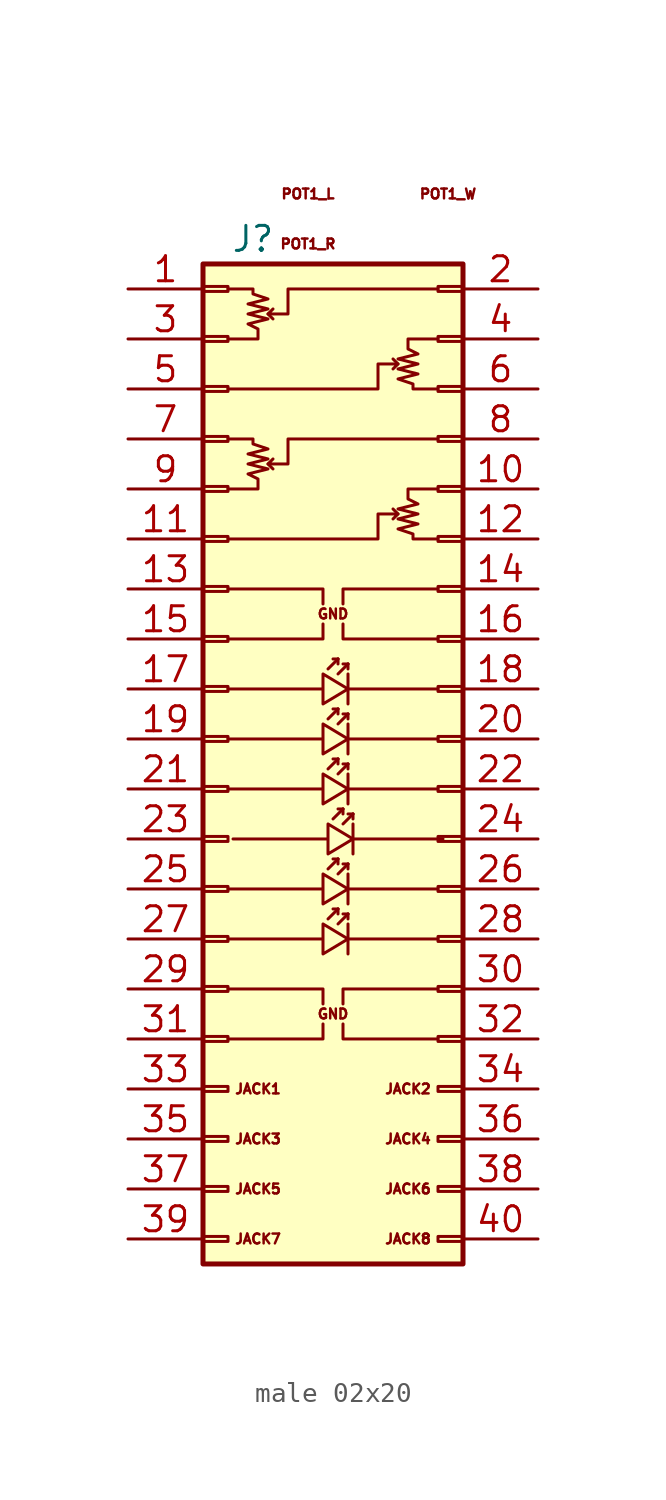
<source format=kicad_sym>
(kicad_symbol_lib
  (version 20220914)
  (generator kicad_symbol_editor)
  (symbol "male 02x20"
    (pin_names
      (offset 1.016) hide)
    (property "Reference" "J"
      (at 1.27 25.4 0)
      (effects (font (size 1.27 1.27))))
    (symbol "male 02x20_0_1"
      (polyline (pts (xy 2.032 13.97) (xy 2.286 13.716)) (stroke (width 0) (type default)) (fill (type none)))
      (polyline (pts (xy 2.032 21.59) (xy 2.286 21.336)) (stroke (width 0) (type default)) (fill (type none)))
      (polyline (pts (xy 5.08 -9.144) (xy 5.588 -8.636)) (stroke (width 0) (type default)) (fill (type none)))
      (polyline (pts (xy 5.08 -6.604) (xy 5.588 -6.096)) (stroke (width 0) (type default)) (fill (type none)))
      (polyline (pts (xy 5.08 -1.524) (xy 5.588 -1.016)) (stroke (width 0) (type default)) (fill (type none)))
      (polyline (pts (xy 5.08 1.016) (xy 5.588 1.524)) (stroke (width 0) (type default)) (fill (type none)))
      (polyline (pts (xy 5.08 3.556) (xy 5.588 4.064)) (stroke (width 0) (type default)) (fill (type none)))
      (polyline (pts (xy 5.334 -4.064) (xy 5.842 -3.556)) (stroke (width 0) (type default)) (fill (type none)))
      (polyline (pts (xy 5.588 -9.398) (xy 6.096 -8.89)) (stroke (width 0) (type default)) (fill (type none)))
      (polyline (pts (xy 5.588 -8.636) (xy 5.334 -8.636)) (stroke (width 0) (type default)) (fill (type none)))
      (polyline (pts (xy 5.588 -8.636) (xy 5.588 -8.89)) (stroke (width 0) (type default)) (fill (type none)))
      (polyline (pts (xy 5.588 -6.858) (xy 6.096 -6.35)) (stroke (width 0) (type default)) (fill (type none)))
      (polyline (pts (xy 5.588 -6.096) (xy 5.334 -6.096)) (stroke (width 0) (type default)) (fill (type none)))
      (polyline (pts (xy 5.588 -6.096) (xy 5.588 -6.35)) (stroke (width 0) (type default)) (fill (type none)))
      (polyline (pts (xy 5.588 -1.778) (xy 6.096 -1.27)) (stroke (width 0) (type default)) (fill (type none)))
      (polyline (pts (xy 5.588 -1.016) (xy 5.334 -1.016)) (stroke (width 0) (type default)) (fill (type none)))
      (polyline (pts (xy 5.588 -1.016) (xy 5.588 -1.27)) (stroke (width 0) (type default)) (fill (type none)))
      (polyline (pts (xy 5.588 0.762) (xy 6.096 1.27)) (stroke (width 0) (type default)) (fill (type none)))
      (polyline (pts (xy 5.588 1.524) (xy 5.334 1.524)) (stroke (width 0) (type default)) (fill (type none)))
      (polyline (pts (xy 5.588 1.524) (xy 5.588 1.27)) (stroke (width 0) (type default)) (fill (type none)))
      (polyline (pts (xy 5.588 3.302) (xy 6.096 3.81)) (stroke (width 0) (type default)) (fill (type none)))
      (polyline (pts (xy 5.588 4.064) (xy 5.334 4.064)) (stroke (width 0) (type default)) (fill (type none)))
      (polyline (pts (xy 5.588 4.064) (xy 5.588 3.81)) (stroke (width 0) (type default)) (fill (type none)))
      (polyline (pts (xy 5.842 -4.318) (xy 6.35 -3.81)) (stroke (width 0) (type default)) (fill (type none)))
      (polyline (pts (xy 5.842 -3.556) (xy 5.588 -3.556)) (stroke (width 0) (type default)) (fill (type none)))
      (polyline (pts (xy 5.842 -3.556) (xy 5.842 -3.81)) (stroke (width 0) (type default)) (fill (type none)))
      (polyline (pts (xy 6.096 -8.89) (xy 5.842 -8.89)) (stroke (width 0) (type default)) (fill (type none)))
      (polyline (pts (xy 6.096 -8.89) (xy 6.096 -9.144)) (stroke (width 0) (type default)) (fill (type none)))
      (polyline (pts (xy 6.096 -6.35) (xy 5.842 -6.35)) (stroke (width 0) (type default)) (fill (type none)))
      (polyline (pts (xy 6.096 -6.35) (xy 6.096 -6.604)) (stroke (width 0) (type default)) (fill (type none)))
      (polyline (pts (xy 6.096 -1.27) (xy 5.842 -1.27)) (stroke (width 0) (type default)) (fill (type none)))
      (polyline (pts (xy 6.096 -1.27) (xy 6.096 -1.524)) (stroke (width 0) (type default)) (fill (type none)))
      (polyline (pts (xy 6.096 1.27) (xy 5.842 1.27)) (stroke (width 0) (type default)) (fill (type none)))
      (polyline (pts (xy 6.096 1.27) (xy 6.096 1.016)) (stroke (width 0) (type default)) (fill (type none)))
      (polyline (pts (xy 6.096 3.81) (xy 5.842 3.81)) (stroke (width 0) (type default)) (fill (type none)))
      (polyline (pts (xy 6.096 3.81) (xy 6.096 3.556)) (stroke (width 0) (type default)) (fill (type none)))
      (polyline (pts (xy 6.35 -3.81) (xy 6.096 -3.81)) (stroke (width 0) (type default)) (fill (type none)))
      (polyline (pts (xy 6.35 -3.81) (xy 6.35 -4.064)) (stroke (width 0) (type default)) (fill (type none)))
      (polyline (pts (xy 8.636 11.43) (xy 8.382 11.684)) (stroke (width 0) (type default)) (fill (type none)))
      (polyline (pts (xy 8.636 19.05) (xy 8.382 19.304)) (stroke (width 0) (type default)) (fill (type none)))
      (polyline (pts (xy 4.826 -14.478) (xy 4.826 -15.24) (xy 0 -15.24)) (stroke (width 0) (type default)) (fill (type none)))
      (polyline (pts (xy 4.826 -13.462) (xy 4.826 -12.7) (xy 0 -12.7)) (stroke (width 0) (type default)) (fill (type none)))
      (polyline (pts (xy 4.826 5.842) (xy 4.826 5.08) (xy 0 5.08)) (stroke (width 0) (type default)) (fill (type none)))
      (polyline (pts (xy 4.826 6.858) (xy 4.826 7.62) (xy 0 7.62)) (stroke (width 0) (type default)) (fill (type none)))
      (polyline (pts (xy 5.842 -14.478) (xy 5.842 -15.24) (xy 10.668 -15.24)) (stroke (width 0) (type default)) (fill (type none)))
      (polyline (pts (xy 5.842 -13.462) (xy 5.842 -12.7) (xy 10.668 -12.7)) (stroke (width 0) (type default)) (fill (type none)))
      (polyline (pts (xy 5.842 5.842) (xy 5.842 5.08) (xy 10.668 5.08)) (stroke (width 0) (type default)) (fill (type none)))
      (polyline (pts (xy 5.842 6.858) (xy 5.842 7.62) (xy 10.668 7.62)) (stroke (width 0) (type default)) (fill (type none)))
      (polyline (pts (xy 10.668 -10.16) (xy 6.096 -10.16) (xy 6.096 -9.398) (xy 6.096 -10.922)) (stroke (width 0) (type default)) (fill (type none)))
      (polyline (pts (xy 10.668 -7.62) (xy 6.096 -7.62) (xy 6.096 -6.858) (xy 6.096 -8.382)) (stroke (width 0) (type default)) (fill (type none)))
      (polyline (pts (xy 10.668 -2.54) (xy 6.096 -2.54) (xy 6.096 -1.778) (xy 6.096 -3.302)) (stroke (width 0) (type default)) (fill (type none)))
      (polyline (pts (xy 10.668 0) (xy 6.096 0) (xy 6.096 0.762) (xy 6.096 -0.762)) (stroke (width 0) (type default)) (fill (type none)))
      (polyline (pts (xy 10.668 2.54) (xy 6.096 2.54) (xy 6.096 3.302) (xy 6.096 1.778)) (stroke (width 0) (type default)) (fill (type none)))
      (polyline (pts (xy 10.922 -5.08) (xy 6.35 -5.08) (xy 6.35 -4.318) (xy 6.35 -5.842)) (stroke (width 0) (type default)) (fill (type none)))
      (polyline (pts (xy 0 10.16) (xy 7.62 10.16) (xy 7.62 11.43) (xy 8.636 11.43) (xy 8.382 11.176)) (stroke (width 0) (type default)) (fill (type none)))
      (polyline (pts (xy 0 17.78) (xy 7.62 17.78) (xy 7.62 19.05) (xy 8.636 19.05) (xy 8.382 18.796)) (stroke (width 0) (type default)) (fill (type none)))
      (polyline (pts (xy 10.668 15.24) (xy 3.048 15.24) (xy 3.048 13.97) (xy 2.032 13.97) (xy 2.286 14.224)) (stroke (width 0) (type default)) (fill (type none)))
      (polyline (pts (xy 10.668 22.86) (xy 3.048 22.86) (xy 3.048 21.59) (xy 2.032 21.59) (xy 2.286 21.844)) (stroke (width 0) (type default)) (fill (type none)))
      (polyline (pts (xy 0 -10.16) (xy 4.826 -10.16) (xy 4.826 -9.398) (xy 6.096 -10.16) (xy 4.826 -10.922) (xy 4.826 -10.16)) (stroke (width 0) (type default)) (fill (type none)))
      (polyline (pts (xy 0 -7.62) (xy 4.826 -7.62) (xy 4.826 -6.858) (xy 6.096 -7.62) (xy 4.826 -8.382) (xy 4.826 -7.62)) (stroke (width 0) (type default)) (fill (type none)))
      (polyline (pts (xy 0 -2.54) (xy 4.826 -2.54) (xy 4.826 -1.778) (xy 6.096 -2.54) (xy 4.826 -3.302) (xy 4.826 -2.54)) (stroke (width 0) (type default)) (fill (type none)))
      (polyline (pts (xy 0 0) (xy 4.826 0) (xy 4.826 0.762) (xy 6.096 0) (xy 4.826 -0.762) (xy 4.826 0)) (stroke (width 0) (type default)) (fill (type none)))
      (polyline (pts (xy 0 2.54) (xy 4.826 2.54) (xy 4.826 3.302) (xy 6.096 2.54) (xy 4.826 1.778) (xy 4.826 2.54)) (stroke (width 0) (type default)) (fill (type none)))
      (polyline (pts (xy 0.254 -5.08) (xy 5.08 -5.08) (xy 5.08 -4.318) (xy 6.35 -5.08) (xy 5.08 -5.842) (xy 5.08 -5.08)) (stroke (width 0) (type default)) (fill (type none)))
      (polyline (pts (xy 0 12.7) (xy 1.524 12.7) (xy 1.524 13.208) (xy 1.016 13.462) (xy 2.032 13.716) (xy 1.016 13.97) (xy 2.032 14.224) (xy 1.016 14.478) (xy 2.032 14.732) (xy 1.27 14.986) (xy 1.27 15.24) (xy 0 15.24)) (stroke (width 0) (type default)) (fill (type none)))
      (polyline (pts (xy 0 20.32) (xy 1.524 20.32) (xy 1.524 20.828) (xy 1.016 21.082) (xy 2.032 21.336) (xy 1.016 21.59) (xy 2.032 21.844) (xy 1.016 22.098) (xy 2.032 22.352) (xy 1.27 22.606) (xy 1.27 22.86) (xy 0 22.86)) (stroke (width 0) (type default)) (fill (type none)))
      (polyline (pts (xy 10.668 12.7) (xy 9.144 12.7) (xy 9.144 12.192) (xy 9.652 11.938) (xy 8.636 11.684) (xy 9.652 11.43) (xy 8.636 11.176) (xy 9.652 10.922) (xy 8.636 10.668) (xy 9.398 10.414) (xy 9.398 10.16) (xy 10.668 10.16)) (stroke (width 0) (type default)) (fill (type none)))
      (polyline (pts (xy 10.668 20.32) (xy 9.144 20.32) (xy 9.144 19.812) (xy 9.652 19.558) (xy 8.636 19.304) (xy 9.652 19.05) (xy 8.636 18.796) (xy 9.652 18.542) (xy 8.636 18.288) (xy 9.398 18.034) (xy 9.398 17.78) (xy 10.668 17.78)) (stroke (width 0) (type default)) (fill (type none)))
      (text "GND" (at 5.334 -13.97 0) (effects (font (size 0.5 0.5))))
      (text "GND" (at 5.334 6.35 0) (effects (font (size 0.5 0.5))))
      (text "JACK1" (at 1.524 -17.78 0) (effects (font (size 0.5 0.5))))
      (text "JACK2" (at 9.144 -17.78 0) (effects (font (size 0.5 0.5))))
      (text "JACK3" (at 1.524 -20.32 0) (effects (font (size 0.5 0.5))))
      (text "JACK4" (at 9.144 -20.32 0) (effects (font (size 0.5 0.5))))
      (text "JACK5" (at 1.524 -22.86 0) (effects (font (size 0.5 0.5))))
      (text "JACK6" (at 9.144 -22.86 0) (effects (font (size 0.5 0.5))))
      (text "JACK7" (at 1.524 -25.4 0) (effects (font (size 0.5 0.5))))
      (text "JACK8" (at 9.144 -25.4 0) (effects (font (size 0.5 0.5))))
      (text "POT1_L" (at 4.064 27.686 0) (effects (font (size 0.5 0.5))))
      (text "POT1_R" (at 4.064 25.146 0) (effects (font (size 0.5 0.5))))
      (text "POT1_W" (at 11.176 27.686 0) (effects (font (size 0.5 0.5)))))
    (symbol "male 02x20_1_1"
      (rectangle (start -1.27 -25.273) (end 0 -25.527) (stroke (width 0.152) (type default)) (fill (type none)))
      (rectangle (start -1.27 -22.733) (end 0 -22.987) (stroke (width 0.152) (type default)) (fill (type none)))
      (rectangle (start -1.27 -20.193) (end 0 -20.447) (stroke (width 0.152) (type default)) (fill (type none)))
      (rectangle (start -1.27 -17.653) (end 0 -17.907) (stroke (width 0.152) (type default)) (fill (type none)))
      (rectangle (start -1.27 -15.113) (end 0 -15.367) (stroke (width 0.152) (type default)) (fill (type none)))
      (rectangle (start -1.27 -12.573) (end 0 -12.827) (stroke (width 0.152) (type default)) (fill (type none)))
      (rectangle (start -1.27 -10.033) (end 0 -10.287) (stroke (width 0.152) (type default)) (fill (type none)))
      (rectangle (start -1.27 -7.493) (end 0 -7.747) (stroke (width 0.152) (type default)) (fill (type none)))
      (rectangle (start -1.27 -4.953) (end 0 -5.207) (stroke (width 0.152) (type default)) (fill (type none)))
      (rectangle (start -1.27 -2.413) (end 0 -2.667) (stroke (width 0.152) (type default)) (fill (type none)))
      (rectangle (start -1.27 0.127) (end 0 -0.127) (stroke (width 0.152) (type default)) (fill (type none)))
      (rectangle (start -1.27 2.667) (end 0 2.413) (stroke (width 0.152) (type default)) (fill (type none)))
      (rectangle (start -1.27 5.207) (end 0 4.953) (stroke (width 0.152) (type default)) (fill (type none)))
      (rectangle (start -1.27 7.747) (end 0 7.493) (stroke (width 0.152) (type default)) (fill (type none)))
      (rectangle (start -1.27 10.287) (end 0 10.033) (stroke (width 0.152) (type default)) (fill (type none)))
      (rectangle (start -1.27 12.827) (end 0 12.573) (stroke (width 0.152) (type default)) (fill (type none)))
      (rectangle (start -1.27 15.367) (end 0 15.113) (stroke (width 0.152) (type default)) (fill (type none)))
      (rectangle (start -1.27 17.907) (end 0 17.653) (stroke (width 0.152) (type default)) (fill (type none)))
      (rectangle (start -1.27 20.447) (end 0 20.193) (stroke (width 0.152) (type default)) (fill (type none)))
      (rectangle (start -1.27 22.987) (end 0 22.733) (stroke (width 0.152) (type default)) (fill (type none)))
      (rectangle (start -1.27 24.13) (end 11.938 -26.67) (stroke (width 0.254) (type default)) (fill (type background)))
      (rectangle (start 11.938 -25.273) (end 10.668 -25.527) (stroke (width 0.152) (type default)) (fill (type none)))
      (rectangle (start 11.938 -22.733) (end 10.668 -22.987) (stroke (width 0.152) (type default)) (fill (type none)))
      (rectangle (start 11.938 -20.193) (end 10.668 -20.447) (stroke (width 0.152) (type default)) (fill (type none)))
      (rectangle (start 11.938 -17.653) (end 10.668 -17.907) (stroke (width 0.152) (type default)) (fill (type none)))
      (rectangle (start 11.938 -15.113) (end 10.668 -15.367) (stroke (width 0.152) (type default)) (fill (type none)))
      (rectangle (start 11.938 -12.573) (end 10.668 -12.827) (stroke (width 0.152) (type default)) (fill (type none)))
      (rectangle (start 11.938 -10.033) (end 10.668 -10.287) (stroke (width 0.152) (type default)) (fill (type none)))
      (rectangle (start 11.938 -7.493) (end 10.668 -7.747) (stroke (width 0.152) (type default)) (fill (type none)))
      (rectangle (start 11.938 -4.953) (end 10.668 -5.207) (stroke (width 0.152) (type default)) (fill (type none)))
      (rectangle (start 11.938 -2.413) (end 10.668 -2.667) (stroke (width 0.152) (type default)) (fill (type none)))
      (rectangle (start 11.938 0.127) (end 10.668 -0.127) (stroke (width 0.152) (type default)) (fill (type none)))
      (rectangle (start 11.938 2.667) (end 10.668 2.413) (stroke (width 0.152) (type default)) (fill (type none)))
      (rectangle (start 11.938 5.207) (end 10.668 4.953) (stroke (width 0.152) (type default)) (fill (type none)))
      (rectangle (start 11.938 7.747) (end 10.668 7.493) (stroke (width 0.152) (type default)) (fill (type none)))
      (rectangle (start 11.938 10.287) (end 10.668 10.033) (stroke (width 0.152) (type default)) (fill (type none)))
      (rectangle (start 11.938 12.827) (end 10.668 12.573) (stroke (width 0.152) (type default)) (fill (type none)))
      (rectangle (start 11.938 15.367) (end 10.668 15.113) (stroke (width 0.152) (type default)) (fill (type none)))
      (rectangle (start 11.938 17.907) (end 10.668 17.653) (stroke (width 0.152) (type default)) (fill (type none)))
      (rectangle (start 11.938 20.447) (end 10.668 20.193) (stroke (width 0.152) (type default)) (fill (type none)))
      (rectangle (start 11.938 22.987) (end 10.668 22.733) (stroke (width 0.152) (type default)) (fill (type none)))
      (pin passive line (at -5.08 22.86 0) (length 3.81) (name "Pin_1" (effects (font (size 1.27 1.27)))) (number "1" (effects (font (size 1.27 1.27)))))
      (pin passive line (at 15.748 12.7 180) (length 3.81) (name "Pin_10" (effects (font (size 1.27 1.27)))) (number "10" (effects (font (size 1.27 1.27)))))
      (pin passive line (at -5.08 10.16 0) (length 3.81) (name "Pin_11" (effects (font (size 1.27 1.27)))) (number "11" (effects (font (size 1.27 1.27)))))
      (pin passive line (at 15.748 10.16 180) (length 3.81) (name "Pin_12" (effects (font (size 1.27 1.27)))) (number "12" (effects (font (size 1.27 1.27)))))
      (pin passive line (at -5.08 7.62 0) (length 3.81) (name "Pin_13" (effects (font (size 1.27 1.27)))) (number "13" (effects (font (size 1.27 1.27)))))
      (pin passive line (at 15.748 7.62 180) (length 3.81) (name "Pin_14" (effects (font (size 1.27 1.27)))) (number "14" (effects (font (size 1.27 1.27)))))
      (pin passive line (at -5.08 5.08 0) (length 3.81) (name "Pin_15" (effects (font (size 1.27 1.27)))) (number "15" (effects (font (size 1.27 1.27)))))
      (pin passive line (at 15.748 5.08 180) (length 3.81) (name "Pin_16" (effects (font (size 1.27 1.27)))) (number "16" (effects (font (size 1.27 1.27)))))
      (pin passive line (at -5.08 2.54 0) (length 3.81) (name "Pin_17" (effects (font (size 1.27 1.27)))) (number "17" (effects (font (size 1.27 1.27)))))
      (pin passive line (at 15.748 2.54 180) (length 3.81) (name "Pin_18" (effects (font (size 1.27 1.27)))) (number "18" (effects (font (size 1.27 1.27)))))
      (pin passive line (at -5.08 0 0) (length 3.81) (name "Pin_19" (effects (font (size 1.27 1.27)))) (number "19" (effects (font (size 1.27 1.27)))))
      (pin passive line (at 15.748 22.86 180) (length 3.81) (name "Pin_2" (effects (font (size 1.27 1.27)))) (number "2" (effects (font (size 1.27 1.27)))))
      (pin passive line (at 15.748 0 180) (length 3.81) (name "Pin_20" (effects (font (size 1.27 1.27)))) (number "20" (effects (font (size 1.27 1.27)))))
      (pin passive line (at -5.08 -2.54 0) (length 3.81) (name "Pin_21" (effects (font (size 1.27 1.27)))) (number "21" (effects (font (size 1.27 1.27)))))
      (pin passive line (at 15.748 -2.54 180) (length 3.81) (name "Pin_22" (effects (font (size 1.27 1.27)))) (number "22" (effects (font (size 1.27 1.27)))))
      (pin passive line (at -5.08 -5.08 0) (length 3.81) (name "Pin_23" (effects (font (size 1.27 1.27)))) (number "23" (effects (font (size 1.27 1.27)))))
      (pin passive line (at 15.748 -5.08 180) (length 3.81) (name "Pin_24" (effects (font (size 1.27 1.27)))) (number "24" (effects (font (size 1.27 1.27)))))
      (pin passive line (at -5.08 -7.62 0) (length 3.81) (name "Pin_25" (effects (font (size 1.27 1.27)))) (number "25" (effects (font (size 1.27 1.27)))))
      (pin passive line (at 15.748 -7.62 180) (length 3.81) (name "Pin_26" (effects (font (size 1.27 1.27)))) (number "26" (effects (font (size 1.27 1.27)))))
      (pin passive line (at -5.08 -10.16 0) (length 3.81) (name "Pin_27" (effects (font (size 1.27 1.27)))) (number "27" (effects (font (size 1.27 1.27)))))
      (pin passive line (at 15.748 -10.16 180) (length 3.81) (name "Pin_28" (effects (font (size 1.27 1.27)))) (number "28" (effects (font (size 1.27 1.27)))))
      (pin passive line (at -5.08 -12.7 0) (length 3.81) (name "Pin_29" (effects (font (size 1.27 1.27)))) (number "29" (effects (font (size 1.27 1.27)))))
      (pin passive line (at -5.08 20.32 0) (length 3.81) (name "Pin_3" (effects (font (size 1.27 1.27)))) (number "3" (effects (font (size 1.27 1.27)))))
      (pin passive line (at 15.748 -12.7 180) (length 3.81) (name "Pin_30" (effects (font (size 1.27 1.27)))) (number "30" (effects (font (size 1.27 1.27)))))
      (pin passive line (at -5.08 -15.24 0) (length 3.81) (name "Pin_31" (effects (font (size 1.27 1.27)))) (number "31" (effects (font (size 1.27 1.27)))))
      (pin passive line (at 15.748 -15.24 180) (length 3.81) (name "Pin_32" (effects (font (size 1.27 1.27)))) (number "32" (effects (font (size 1.27 1.27)))))
      (pin passive line (at -5.08 -17.78 0) (length 3.81) (name "Pin_33" (effects (font (size 1.27 1.27)))) (number "33" (effects (font (size 1.27 1.27)))))
      (pin passive line (at 15.748 -17.78 180) (length 3.81) (name "Pin_34" (effects (font (size 1.27 1.27)))) (number "34" (effects (font (size 1.27 1.27)))))
      (pin passive line (at -5.08 -20.32 0) (length 3.81) (name "Pin_35" (effects (font (size 1.27 1.27)))) (number "35" (effects (font (size 1.27 1.27)))))
      (pin passive line (at 15.748 -20.32 180) (length 3.81) (name "Pin_36" (effects (font (size 1.27 1.27)))) (number "36" (effects (font (size 1.27 1.27)))))
      (pin passive line (at -5.08 -22.86 0) (length 3.81) (name "Pin_37" (effects (font (size 1.27 1.27)))) (number "37" (effects (font (size 1.27 1.27)))))
      (pin passive line (at 15.748 -22.86 180) (length 3.81) (name "Pin_38" (effects (font (size 1.27 1.27)))) (number "38" (effects (font (size 1.27 1.27)))))
      (pin passive line (at -5.08 -25.4 0) (length 3.81) (name "Pin_39" (effects (font (size 1.27 1.27)))) (number "39" (effects (font (size 1.27 1.27)))))
      (pin passive line (at 15.748 20.32 180) (length 3.81) (name "Pin_4" (effects (font (size 1.27 1.27)))) (number "4" (effects (font (size 1.27 1.27)))))
      (pin passive line (at 15.748 -25.4 180) (length 3.81) (name "Pin_40" (effects (font (size 1.27 1.27)))) (number "40" (effects (font (size 1.27 1.27)))))
      (pin passive line (at -5.08 17.78 0) (length 3.81) (name "Pin_5" (effects (font (size 1.27 1.27)))) (number "5" (effects (font (size 1.27 1.27)))))
      (pin passive line (at 15.748 17.78 180) (length 3.81) (name "Pin_6" (effects (font (size 1.27 1.27)))) (number "6" (effects (font (size 1.27 1.27)))))
      (pin passive line (at -5.08 15.24 0) (length 3.81) (name "Pin_7" (effects (font (size 1.27 1.27)))) (number "7" (effects (font (size 1.27 1.27)))))
      (pin passive line (at 15.748 15.24 180) (length 3.81) (name "Pin_8" (effects (font (size 1.27 1.27)))) (number "8" (effects (font (size 1.27 1.27)))))
      (pin passive line (at -5.08 12.7 0) (length 3.81) (name "Pin_9" (effects (font (size 1.27 1.27)))) (number "9" (effects (font (size 1.27 1.27))))))))
</source>
